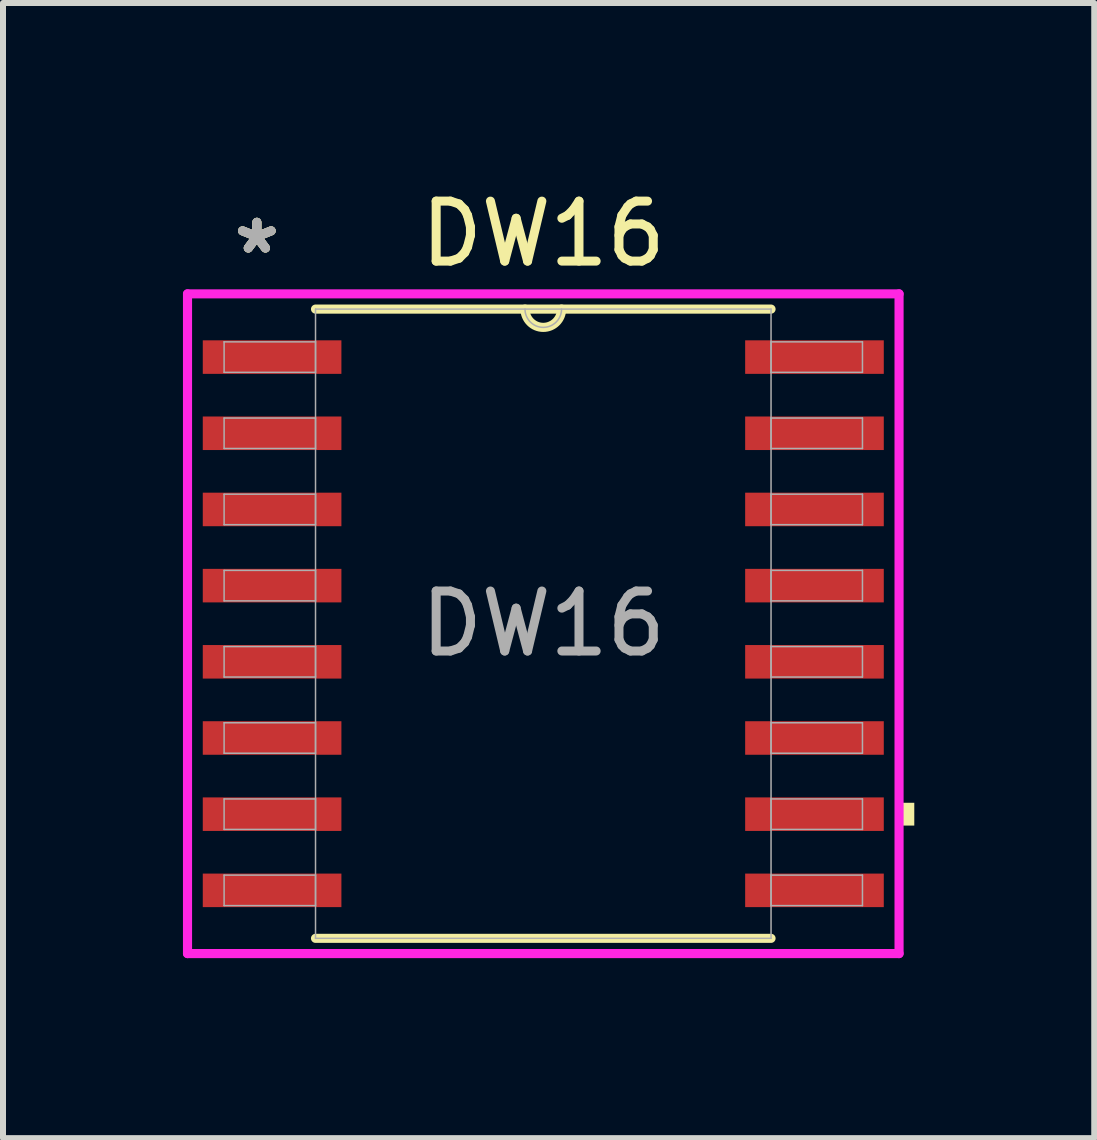
<source format=kicad_pcb>
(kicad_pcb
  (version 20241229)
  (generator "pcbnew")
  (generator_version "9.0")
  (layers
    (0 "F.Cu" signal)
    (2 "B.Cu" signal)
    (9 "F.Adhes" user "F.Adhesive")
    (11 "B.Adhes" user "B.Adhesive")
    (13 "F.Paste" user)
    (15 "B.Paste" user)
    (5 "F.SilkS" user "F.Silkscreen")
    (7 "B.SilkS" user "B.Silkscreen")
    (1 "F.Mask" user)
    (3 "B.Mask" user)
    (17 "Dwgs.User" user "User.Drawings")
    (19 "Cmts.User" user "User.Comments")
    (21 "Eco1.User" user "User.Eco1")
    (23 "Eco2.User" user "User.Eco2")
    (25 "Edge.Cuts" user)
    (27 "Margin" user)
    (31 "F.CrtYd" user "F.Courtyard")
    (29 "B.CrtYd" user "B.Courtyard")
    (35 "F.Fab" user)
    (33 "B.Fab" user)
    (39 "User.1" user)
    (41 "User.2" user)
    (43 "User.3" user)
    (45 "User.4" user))
  (footprint "DW16"
    (layer "F.Cu")
    (at 6.007 7.348)
    (property "Reference" "DW16" (at 0 -6.5 0) (unlocked yes) (layer "F.SilkS") (effects (font (size 1 1) (thickness 0.15))))
    (attr smd)
    (fp_line (start -3.797 5.245) (end 3.797 5.245) (stroke (width 0.152) (type solid)) (layer "F.SilkS"))
    (fp_line (start 3.797 -5.245) (end -3.797 -5.245) (stroke (width 0.152) (type solid)) (layer "F.SilkS"))
    (fp_arc (start 0.3048 -5.2451) (mid 0 -4.9403) (end -0.3048 -5.2451) (stroke (width 0.1524) (type solid)) (layer "F.SilkS"))
    (fp_poly (pts (xy 6.185 2.985) (xy 6.185 3.365) (xy 5.931 3.365) (xy 5.931 2.985)) (stroke (width 0) (type solid)) (fill yes) (layer "F.SilkS"))
    (fp_line (start -5.931 -5.499) (end 5.931 -5.499) (stroke (width 0.152) (type solid)) (layer "F.CrtYd"))
    (fp_line (start -5.931 5.499) (end -5.931 -5.499) (stroke (width 0.152) (type solid)) (layer "F.CrtYd"))
    (fp_line (start 5.931 -5.499) (end 5.931 5.499) (stroke (width 0.152) (type solid)) (layer "F.CrtYd"))
    (fp_line (start 5.931 5.499) (end -5.931 5.499) (stroke (width 0.152) (type solid)) (layer "F.CrtYd"))
    (fp_line (start -5.321 -4.699) (end -5.321 -4.191) (stroke (width 0.025) (type solid)) (layer "F.Fab"))
    (fp_line (start -5.321 -4.191) (end -3.797 -4.191) (stroke (width 0.025) (type solid)) (layer "F.Fab"))
    (fp_line (start -5.321 -3.429) (end -5.321 -2.921) (stroke (width 0.025) (type solid)) (layer "F.Fab"))
    (fp_line (start -5.321 -2.921) (end -3.797 -2.921) (stroke (width 0.025) (type solid)) (layer "F.Fab"))
    (fp_line (start -5.321 -2.159) (end -5.321 -1.651) (stroke (width 0.025) (type solid)) (layer "F.Fab"))
    (fp_line (start -5.321 -1.651) (end -3.797 -1.651) (stroke (width 0.025) (type solid)) (layer "F.Fab"))
    (fp_line (start -5.321 -0.889) (end -5.321 -0.381) (stroke (width 0.025) (type solid)) (layer "F.Fab"))
    (fp_line (start -5.321 -0.381) (end -3.797 -0.381) (stroke (width 0.025) (type solid)) (layer "F.Fab"))
    (fp_line (start -5.321 0.381) (end -5.321 0.889) (stroke (width 0.025) (type solid)) (layer "F.Fab"))
    (fp_line (start -5.321 0.889) (end -3.797 0.889) (stroke (width 0.025) (type solid)) (layer "F.Fab"))
    (fp_line (start -5.321 1.651) (end -5.321 2.159) (stroke (width 0.025) (type solid)) (layer "F.Fab"))
    (fp_line (start -5.321 2.159) (end -3.797 2.159) (stroke (width 0.025) (type solid)) (layer "F.Fab"))
    (fp_line (start -5.321 2.921) (end -5.321 3.429) (stroke (width 0.025) (type solid)) (layer "F.Fab"))
    (fp_line (start -5.321 3.429) (end -3.797 3.429) (stroke (width 0.025) (type solid)) (layer "F.Fab"))
    (fp_line (start -5.321 4.191) (end -5.321 4.699) (stroke (width 0.025) (type solid)) (layer "F.Fab"))
    (fp_line (start -5.321 4.699) (end -3.797 4.699) (stroke (width 0.025) (type solid)) (layer "F.Fab"))
    (fp_line (start -3.797 -5.245) (end -3.797 5.245) (stroke (width 0.025) (type solid)) (layer "F.Fab"))
    (fp_line (start -3.797 -4.699) (end -5.321 -4.699) (stroke (width 0.025) (type solid)) (layer "F.Fab"))
    (fp_line (start -3.797 -4.191) (end -3.797 -4.699) (stroke (width 0.025) (type solid)) (layer "F.Fab"))
    (fp_line (start -3.797 -3.429) (end -5.321 -3.429) (stroke (width 0.025) (type solid)) (layer "F.Fab"))
    (fp_line (start -3.797 -2.921) (end -3.797 -3.429) (stroke (width 0.025) (type solid)) (layer "F.Fab"))
    (fp_line (start -3.797 -2.159) (end -5.321 -2.159) (stroke (width 0.025) (type solid)) (layer "F.Fab"))
    (fp_line (start -3.797 -1.651) (end -3.797 -2.159) (stroke (width 0.025) (type solid)) (layer "F.Fab"))
    (fp_line (start -3.797 -0.889) (end -5.321 -0.889) (stroke (width 0.025) (type solid)) (layer "F.Fab"))
    (fp_line (start -3.797 -0.381) (end -3.797 -0.889) (stroke (width 0.025) (type solid)) (layer "F.Fab"))
    (fp_line (start -3.797 0.381) (end -5.321 0.381) (stroke (width 0.025) (type solid)) (layer "F.Fab"))
    (fp_line (start -3.797 0.889) (end -3.797 0.381) (stroke (width 0.025) (type solid)) (layer "F.Fab"))
    (fp_line (start -3.797 1.651) (end -5.321 1.651) (stroke (width 0.025) (type solid)) (layer "F.Fab"))
    (fp_line (start -3.797 2.159) (end -3.797 1.651) (stroke (width 0.025) (type solid)) (layer "F.Fab"))
    (fp_line (start -3.797 2.921) (end -5.321 2.921) (stroke (width 0.025) (type solid)) (layer "F.Fab"))
    (fp_line (start -3.797 3.429) (end -3.797 2.921) (stroke (width 0.025) (type solid)) (layer "F.Fab"))
    (fp_line (start -3.797 4.191) (end -5.321 4.191) (stroke (width 0.025) (type solid)) (layer "F.Fab"))
    (fp_line (start -3.797 4.699) (end -3.797 4.191) (stroke (width 0.025) (type solid)) (layer "F.Fab"))
    (fp_line (start -3.797 5.245) (end 3.797 5.245) (stroke (width 0.025) (type solid)) (layer "F.Fab"))
    (fp_line (start 3.797 -5.245) (end -3.797 -5.245) (stroke (width 0.025) (type solid)) (layer "F.Fab"))
    (fp_line (start 3.797 -4.699) (end 3.797 -4.191) (stroke (width 0.025) (type solid)) (layer "F.Fab"))
    (fp_line (start 3.797 -4.191) (end 5.321 -4.191) (stroke (width 0.025) (type solid)) (layer "F.Fab"))
    (fp_line (start 3.797 -3.429) (end 3.797 -2.921) (stroke (width 0.025) (type solid)) (layer "F.Fab"))
    (fp_line (start 3.797 -2.921) (end 5.321 -2.921) (stroke (width 0.025) (type solid)) (layer "F.Fab"))
    (fp_line (start 3.797 -2.159) (end 3.797 -1.651) (stroke (width 0.025) (type solid)) (layer "F.Fab"))
    (fp_line (start 3.797 -1.651) (end 5.321 -1.651) (stroke (width 0.025) (type solid)) (layer "F.Fab"))
    (fp_line (start 3.797 -0.889) (end 3.797 -0.381) (stroke (width 0.025) (type solid)) (layer "F.Fab"))
    (fp_line (start 3.797 -0.381) (end 5.321 -0.381) (stroke (width 0.025) (type solid)) (layer "F.Fab"))
    (fp_line (start 3.797 0.381) (end 3.797 0.889) (stroke (width 0.025) (type solid)) (layer "F.Fab"))
    (fp_line (start 3.797 0.889) (end 5.321 0.889) (stroke (width 0.025) (type solid)) (layer "F.Fab"))
    (fp_line (start 3.797 1.651) (end 3.797 2.159) (stroke (width 0.025) (type solid)) (layer "F.Fab"))
    (fp_line (start 3.797 2.159) (end 5.321 2.159) (stroke (width 0.025) (type solid)) (layer "F.Fab"))
    (fp_line (start 3.797 2.921) (end 3.797 3.429) (stroke (width 0.025) (type solid)) (layer "F.Fab"))
    (fp_line (start 3.797 3.429) (end 5.321 3.429) (stroke (width 0.025) (type solid)) (layer "F.Fab"))
    (fp_line (start 3.797 4.191) (end 3.797 4.699) (stroke (width 0.025) (type solid)) (layer "F.Fab"))
    (fp_line (start 3.797 4.699) (end 5.321 4.699) (stroke (width 0.025) (type solid)) (layer "F.Fab"))
    (fp_line (start 3.797 5.245) (end 3.797 -5.245) (stroke (width 0.025) (type solid)) (layer "F.Fab"))
    (fp_line (start 5.321 -4.699) (end 3.797 -4.699) (stroke (width 0.025) (type solid)) (layer "F.Fab"))
    (fp_line (start 5.321 -4.191) (end 5.321 -4.699) (stroke (width 0.025) (type solid)) (layer "F.Fab"))
    (fp_line (start 5.321 -3.429) (end 3.797 -3.429) (stroke (width 0.025) (type solid)) (layer "F.Fab"))
    (fp_line (start 5.321 -2.921) (end 5.321 -3.429) (stroke (width 0.025) (type solid)) (layer "F.Fab"))
    (fp_line (start 5.321 -2.159) (end 3.797 -2.159) (stroke (width 0.025) (type solid)) (layer "F.Fab"))
    (fp_line (start 5.321 -1.651) (end 5.321 -2.159) (stroke (width 0.025) (type solid)) (layer "F.Fab"))
    (fp_line (start 5.321 -0.889) (end 3.797 -0.889) (stroke (width 0.025) (type solid)) (layer "F.Fab"))
    (fp_line (start 5.321 -0.381) (end 5.321 -0.889) (stroke (width 0.025) (type solid)) (layer "F.Fab"))
    (fp_line (start 5.321 0.381) (end 3.797 0.381) (stroke (width 0.025) (type solid)) (layer "F.Fab"))
    (fp_line (start 5.321 0.889) (end 5.321 0.381) (stroke (width 0.025) (type solid)) (layer "F.Fab"))
    (fp_line (start 5.321 1.651) (end 3.797 1.651) (stroke (width 0.025) (type solid)) (layer "F.Fab"))
    (fp_line (start 5.321 2.159) (end 5.321 1.651) (stroke (width 0.025) (type solid)) (layer "F.Fab"))
    (fp_line (start 5.321 2.921) (end 3.797 2.921) (stroke (width 0.025) (type solid)) (layer "F.Fab"))
    (fp_line (start 5.321 3.429) (end 5.321 2.921) (stroke (width 0.025) (type solid)) (layer "F.Fab"))
    (fp_line (start 5.321 4.191) (end 3.797 4.191) (stroke (width 0.025) (type solid)) (layer "F.Fab"))
    (fp_line (start 5.321 4.699) (end 5.321 4.191) (stroke (width 0.025) (type solid)) (layer "F.Fab"))
    (fp_arc (start 0.3048 -5.2451) (mid 0 -4.9403) (end -0.3048 -5.2451) (stroke (width 0.0254) (type solid)) (layer "F.Fab"))
    (fp_text user "*" (at -4.775 -6.147 0) (layer "F.SilkS") (effects (font (size 1 1) (thickness 0.15))))
    (fp_text user "*" (at -4.775 -6.147 0) (unlocked yes) (layer "F.SilkS") (effects (font (size 1 1) (thickness 0.15))))
    (fp_text user "${REFERENCE}" (at 0 0 0) (unlocked yes) (layer "F.Fab") (effects (font (size 1 1) (thickness 0.15))))
    (fp_text user "*" (at -4.775 -6.147 0) (unlocked yes) (layer "F.Fab") (effects (font (size 1 1) (thickness 0.15))))
    (fp_text user "*" (at -4.775 -6.147 0) (layer "F.Fab") (effects (font (size 1 1) (thickness 0.15))))
    (pad "1" smd rect (at -4.521 -4.445) (size 2.311 0.559) (layers "F.Cu" "F.Mask" "F.Paste"))
    (pad "2" smd rect (at -4.521 -3.175) (size 2.311 0.559) (layers "F.Cu" "F.Mask" "F.Paste"))
    (pad "3" smd rect (at -4.521 -1.905) (size 2.311 0.559) (layers "F.Cu" "F.Mask" "F.Paste"))
    (pad "4" smd rect (at -4.521 -0.635) (size 2.311 0.559) (layers "F.Cu" "F.Mask" "F.Paste"))
    (pad "5" smd rect (at -4.521 0.635) (size 2.311 0.559) (layers "F.Cu" "F.Mask" "F.Paste"))
    (pad "6" smd rect (at -4.521 1.905) (size 2.311 0.559) (layers "F.Cu" "F.Mask" "F.Paste"))
    (pad "7" smd rect (at -4.521 3.175) (size 2.311 0.559) (layers "F.Cu" "F.Mask" "F.Paste"))
    (pad "8" smd rect (at -4.521 4.445) (size 2.311 0.559) (layers "F.Cu" "F.Mask" "F.Paste"))
    (pad "9" smd rect (at 4.521 4.445) (size 2.311 0.559) (layers "F.Cu" "F.Mask" "F.Paste"))
    (pad "10" smd rect (at 4.521 3.175) (size 2.311 0.559) (layers "F.Cu" "F.Mask" "F.Paste"))
    (pad "11" smd rect (at 4.521 1.905) (size 2.311 0.559) (layers "F.Cu" "F.Mask" "F.Paste"))
    (pad "12" smd rect (at 4.521 0.635) (size 2.311 0.559) (layers "F.Cu" "F.Mask" "F.Paste"))
    (pad "13" smd rect (at 4.521 -0.635) (size 2.311 0.559) (layers "F.Cu" "F.Mask" "F.Paste"))
    (pad "14" smd rect (at 4.521 -1.905) (size 2.311 0.559) (layers "F.Cu" "F.Mask" "F.Paste"))
    (pad "15" smd rect (at 4.521 -3.175) (size 2.311 0.559) (layers "F.Cu" "F.Mask" "F.Paste"))
    (pad "16" smd rect (at 4.521 -4.445) (size 2.311 0.559) (layers "F.Cu" "F.Mask" "F.Paste")))
  (gr_rect
    (start -3 -3)
    (end 15.192 15.924)
    (stroke (width 0.1) (type default))
    (fill no)
    (layer "Edge.Cuts")))
</source>
